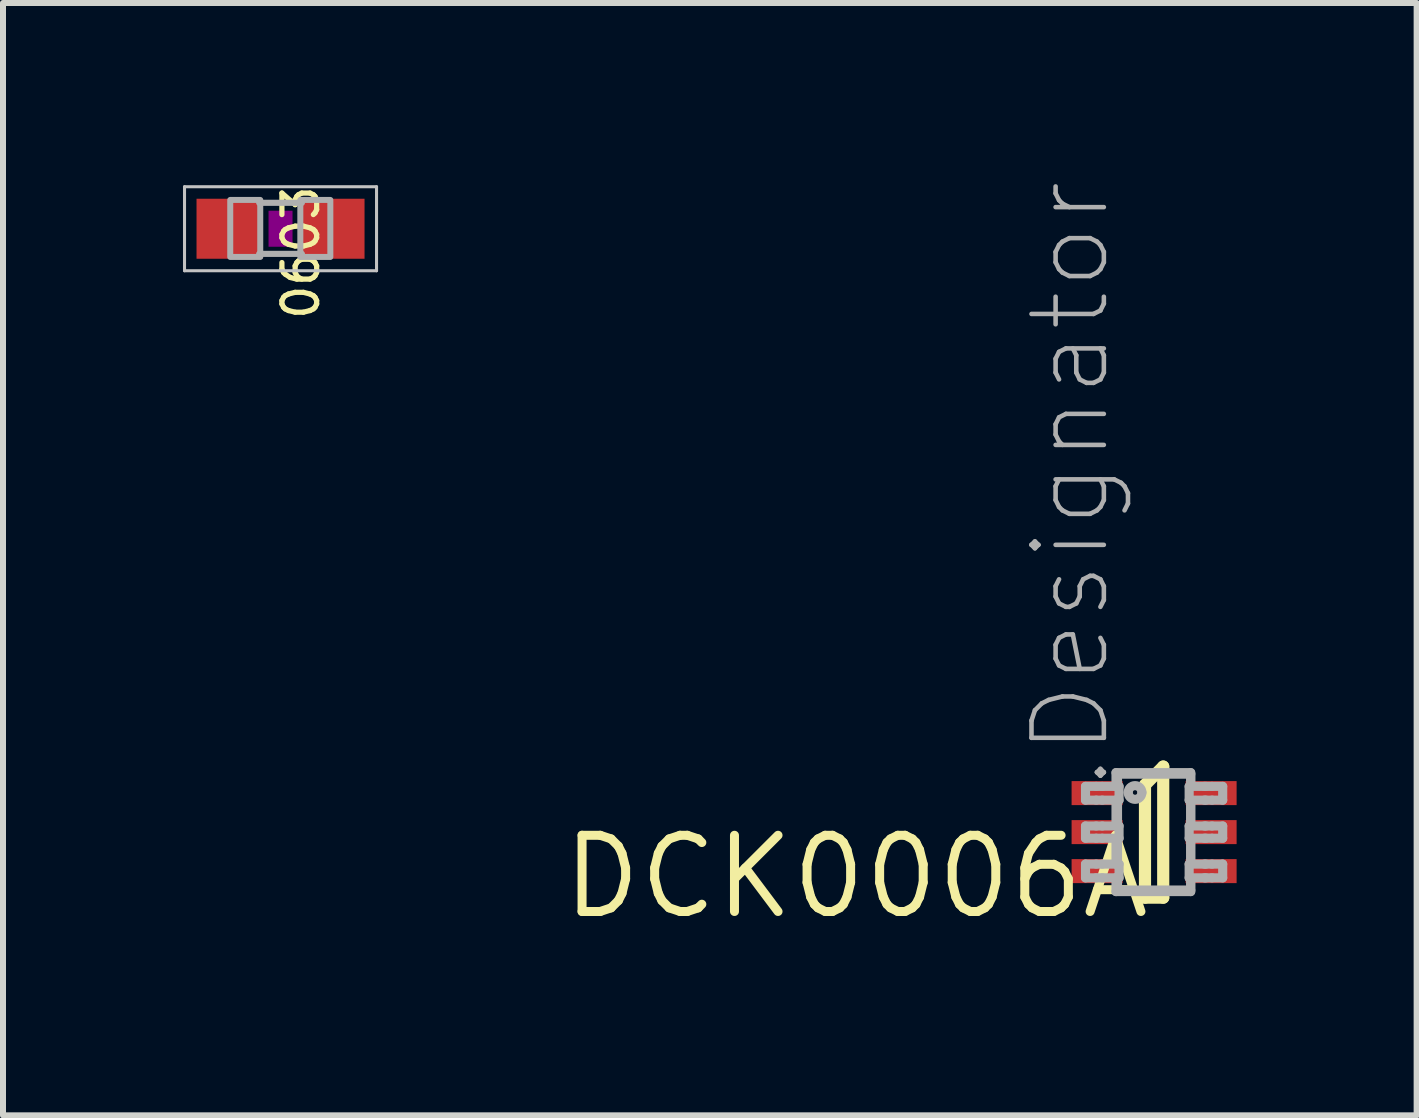
<source format=kicad_pcb>
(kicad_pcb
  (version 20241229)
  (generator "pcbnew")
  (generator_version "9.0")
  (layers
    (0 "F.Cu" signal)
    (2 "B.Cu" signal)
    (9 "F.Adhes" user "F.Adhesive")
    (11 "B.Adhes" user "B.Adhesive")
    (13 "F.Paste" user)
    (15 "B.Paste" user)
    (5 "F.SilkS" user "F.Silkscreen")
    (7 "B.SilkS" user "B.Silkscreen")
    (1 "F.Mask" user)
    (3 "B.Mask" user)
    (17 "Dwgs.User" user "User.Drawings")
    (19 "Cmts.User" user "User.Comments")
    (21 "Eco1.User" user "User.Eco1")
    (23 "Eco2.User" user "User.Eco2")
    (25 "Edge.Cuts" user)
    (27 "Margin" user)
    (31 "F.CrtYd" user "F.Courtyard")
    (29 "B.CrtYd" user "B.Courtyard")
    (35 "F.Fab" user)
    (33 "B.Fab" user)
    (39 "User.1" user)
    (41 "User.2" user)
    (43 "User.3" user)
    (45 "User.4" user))
  (footprint "0603"
    (layer "F.Cu")
    (at 1.625 0.762)
    (property "Reference" "0603" (at 0 -0.762 90) (layer "F.SilkS") (effects (font (size 0.579 0.579) (thickness 0.087)) (justify right top)))
    (attr through_hole)
    (fp_poly (pts (xy -0.2 0.3) (xy 0.2 0.3) (xy 0.2 -0.3) (xy -0.2 -0.3)) (stroke (width 0) (type solid)) (fill yes) (layer "F.Adhes"))
    (fp_line (start -1.6 -0.7) (end 1.6 -0.7) (stroke (width 0.051) (type solid)) (layer "Dwgs.User"))
    (fp_line (start -1.6 0.7) (end -1.6 -0.7) (stroke (width 0.051) (type solid)) (layer "Dwgs.User"))
    (fp_line (start 1.6 -0.7) (end 1.6 0.7) (stroke (width 0.051) (type solid)) (layer "Dwgs.User"))
    (fp_line (start 1.6 0.7) (end -1.6 0.7) (stroke (width 0.051) (type solid)) (layer "Dwgs.User"))
    (fp_line (start -0.356 -0.432) (end 0.356 -0.432) (stroke (width 0.102) (type solid)) (layer "F.Fab"))
    (fp_line (start -0.356 0.419) (end 0.356 0.419) (stroke (width 0.102) (type solid)) (layer "F.Fab"))
    (fp_poly (pts (xy -0.838 0.47) (xy -0.338 0.47) (xy -0.338 -0.48) (xy -0.838 -0.48)) (stroke (width 0.1) (type solid)) (fill no) (layer "F.Fab"))
    (fp_poly (pts (xy 0.33 0.47) (xy 0.83 0.47) (xy 0.83 -0.48) (xy 0.33 -0.48)) (stroke (width 0.1) (type solid)) (fill no) (layer "F.Fab"))
    (pad "1" smd rect (at -0.85 0) (size 1.1 1) (layers "F.Cu" "F.Mask" "F.Paste"))
    (pad "2" smd rect (at 0.85 0) (size 1.1 1) (layers "F.Cu" "F.Mask" "F.Paste")))
  (footprint "DCK0006A"
    (layer "F.Cu")
    (at 16.183 10.817)
    (property "Reference" "DCK0006A" (at 0 0 0) (layer "F.SilkS") (effects (font (size 1.27 1.27) (thickness 0.15)) (justify right top)))
    (attr through_hole)
    (fp_line (start -0.152 -0.787) (end 0.152 -1.092) (stroke (width 0.203) (type solid)) (layer "F.SilkS"))
    (fp_line (start -0.152 1.092) (end -0.152 -0.787) (stroke (width 0.203) (type solid)) (layer "F.SilkS"))
    (fp_line (start -0.152 1.092) (end 0.152 1.092) (stroke (width 0.203) (type solid)) (layer "F.SilkS"))
    (fp_line (start 0.152 1.092) (end 0.152 -1.092) (stroke (width 0.203) (type solid)) (layer "F.SilkS"))
    (fp_line (start -1.143 -0.762) (end -0.965 -0.762) (stroke (width 0.152) (type solid)) (layer "F.Fab"))
    (fp_line (start -1.143 -0.533) (end -1.143 -0.762) (stroke (width 0.152) (type solid)) (layer "F.Fab"))
    (fp_line (start -1.143 -0.533) (end -0.965 -0.533) (stroke (width 0.152) (type solid)) (layer "F.Fab"))
    (fp_line (start -1.143 -0.102) (end -0.965 -0.102) (stroke (width 0.152) (type solid)) (layer "F.Fab"))
    (fp_line (start -1.143 0.102) (end -1.143 -0.102) (stroke (width 0.152) (type solid)) (layer "F.Fab"))
    (fp_line (start -1.143 0.102) (end -0.965 0.102) (stroke (width 0.152) (type solid)) (layer "F.Fab"))
    (fp_line (start -1.143 0.533) (end -0.965 0.533) (stroke (width 0.152) (type solid)) (layer "F.Fab"))
    (fp_line (start -1.143 0.762) (end -1.143 0.533) (stroke (width 0.152) (type solid)) (layer "F.Fab"))
    (fp_line (start -1.143 0.762) (end -0.965 0.762) (stroke (width 0.152) (type solid)) (layer "F.Fab"))
    (fp_line (start -0.965 -0.762) (end -0.864 -0.762) (stroke (width 0.152) (type solid)) (layer "F.Fab"))
    (fp_line (start -0.965 -0.533) (end -0.864 -0.533) (stroke (width 0.152) (type solid)) (layer "F.Fab"))
    (fp_line (start -0.965 -0.102) (end -0.864 -0.102) (stroke (width 0.152) (type solid)) (layer "F.Fab"))
    (fp_line (start -0.965 0.102) (end -0.864 0.102) (stroke (width 0.152) (type solid)) (layer "F.Fab"))
    (fp_line (start -0.965 0.533) (end -0.864 0.533) (stroke (width 0.152) (type solid)) (layer "F.Fab"))
    (fp_line (start -0.965 0.762) (end -0.864 0.762) (stroke (width 0.152) (type solid)) (layer "F.Fab"))
    (fp_line (start -0.864 -0.762) (end -0.635 -0.762) (stroke (width 0.152) (type solid)) (layer "F.Fab"))
    (fp_line (start -0.864 -0.533) (end -0.635 -0.533) (stroke (width 0.152) (type solid)) (layer "F.Fab"))
    (fp_line (start -0.864 -0.102) (end -0.635 -0.102) (stroke (width 0.152) (type solid)) (layer "F.Fab"))
    (fp_line (start -0.864 0.102) (end -0.635 0.102) (stroke (width 0.152) (type solid)) (layer "F.Fab"))
    (fp_line (start -0.864 0.533) (end -0.635 0.533) (stroke (width 0.152) (type solid)) (layer "F.Fab"))
    (fp_line (start -0.864 0.762) (end -0.635 0.762) (stroke (width 0.152) (type solid)) (layer "F.Fab"))
    (fp_line (start -0.635 -0.991) (end 0.61 -0.991) (stroke (width 0.152) (type solid)) (layer "F.Fab"))
    (fp_line (start -0.635 -0.762) (end -0.635 -0.991) (stroke (width 0.152) (type solid)) (layer "F.Fab"))
    (fp_line (start -0.635 -0.762) (end -0.584 -0.762) (stroke (width 0.152) (type solid)) (layer "F.Fab"))
    (fp_line (start -0.635 -0.533) (end -0.584 -0.533) (stroke (width 0.152) (type solid)) (layer "F.Fab"))
    (fp_line (start -0.635 -0.102) (end -0.635 -0.533) (stroke (width 0.152) (type solid)) (layer "F.Fab"))
    (fp_line (start -0.635 -0.102) (end -0.584 -0.102) (stroke (width 0.152) (type solid)) (layer "F.Fab"))
    (fp_line (start -0.635 0.102) (end -0.584 0.102) (stroke (width 0.152) (type solid)) (layer "F.Fab"))
    (fp_line (start -0.635 0.533) (end -0.635 0.102) (stroke (width 0.152) (type solid)) (layer "F.Fab"))
    (fp_line (start -0.635 0.533) (end -0.584 0.533) (stroke (width 0.152) (type solid)) (layer "F.Fab"))
    (fp_line (start -0.635 0.762) (end -0.584 0.762) (stroke (width 0.152) (type solid)) (layer "F.Fab"))
    (fp_line (start -0.635 0.991) (end -0.635 0.762) (stroke (width 0.152) (type solid)) (layer "F.Fab"))
    (fp_line (start -0.635 0.991) (end 0.61 0.991) (stroke (width 0.152) (type solid)) (layer "F.Fab"))
    (fp_line (start -0.61 -0.965) (end 0.61 -0.965) (stroke (width 0.152) (type solid)) (layer "F.Fab"))
    (fp_line (start -0.61 -0.762) (end -0.61 -0.965) (stroke (width 0.152) (type solid)) (layer "F.Fab"))
    (fp_line (start -0.61 -0.102) (end -0.61 -0.533) (stroke (width 0.152) (type solid)) (layer "F.Fab"))
    (fp_line (start -0.61 0.533) (end -0.61 0.102) (stroke (width 0.152) (type solid)) (layer "F.Fab"))
    (fp_line (start -0.61 0.965) (end -0.61 0.762) (stroke (width 0.152) (type solid)) (layer "F.Fab"))
    (fp_line (start -0.61 0.965) (end 0.61 0.965) (stroke (width 0.152) (type solid)) (layer "F.Fab"))
    (fp_line (start -0.584 -0.533) (end -0.584 -0.762) (stroke (width 0.152) (type solid)) (layer "F.Fab"))
    (fp_line (start -0.584 0.102) (end -0.584 -0.102) (stroke (width 0.152) (type solid)) (layer "F.Fab"))
    (fp_line (start -0.584 0.762) (end -0.584 0.533) (stroke (width 0.152) (type solid)) (layer "F.Fab"))
    (fp_line (start 0.584 -0.762) (end 0.61 -0.762) (stroke (width 0.152) (type solid)) (layer "F.Fab"))
    (fp_line (start 0.584 -0.533) (end 0.584 -0.762) (stroke (width 0.152) (type solid)) (layer "F.Fab"))
    (fp_line (start 0.584 -0.533) (end 0.61 -0.533) (stroke (width 0.152) (type solid)) (layer "F.Fab"))
    (fp_line (start 0.584 -0.102) (end 0.61 -0.102) (stroke (width 0.152) (type solid)) (layer "F.Fab"))
    (fp_line (start 0.584 0.102) (end 0.584 -0.102) (stroke (width 0.152) (type solid)) (layer "F.Fab"))
    (fp_line (start 0.584 0.102) (end 0.61 0.102) (stroke (width 0.152) (type solid)) (layer "F.Fab"))
    (fp_line (start 0.584 0.533) (end 0.61 0.533) (stroke (width 0.152) (type solid)) (layer "F.Fab"))
    (fp_line (start 0.584 0.762) (end 0.584 0.533) (stroke (width 0.152) (type solid)) (layer "F.Fab"))
    (fp_line (start 0.584 0.762) (end 0.61 0.762) (stroke (width 0.152) (type solid)) (layer "F.Fab"))
    (fp_line (start 0.61 -0.762) (end 0.61 -0.991) (stroke (width 0.152) (type solid)) (layer "F.Fab"))
    (fp_line (start 0.61 -0.762) (end 0.61 -0.965) (stroke (width 0.152) (type solid)) (layer "F.Fab"))
    (fp_line (start 0.61 -0.762) (end 0.838 -0.762) (stroke (width 0.152) (type solid)) (layer "F.Fab"))
    (fp_line (start 0.61 -0.533) (end 0.838 -0.533) (stroke (width 0.152) (type solid)) (layer "F.Fab"))
    (fp_line (start 0.61 -0.102) (end 0.61 -0.533) (stroke (width 0.152) (type solid)) (layer "F.Fab"))
    (fp_line (start 0.61 -0.102) (end 0.61 -0.533) (stroke (width 0.152) (type solid)) (layer "F.Fab"))
    (fp_line (start 0.61 -0.102) (end 0.838 -0.102) (stroke (width 0.152) (type solid)) (layer "F.Fab"))
    (fp_line (start 0.61 0.102) (end 0.838 0.102) (stroke (width 0.152) (type solid)) (layer "F.Fab"))
    (fp_line (start 0.61 0.533) (end 0.61 0.102) (stroke (width 0.152) (type solid)) (layer "F.Fab"))
    (fp_line (start 0.61 0.533) (end 0.61 0.102) (stroke (width 0.152) (type solid)) (layer "F.Fab"))
    (fp_line (start 0.61 0.533) (end 0.838 0.533) (stroke (width 0.152) (type solid)) (layer "F.Fab"))
    (fp_line (start 0.61 0.762) (end 0.838 0.762) (stroke (width 0.152) (type solid)) (layer "F.Fab"))
    (fp_line (start 0.61 0.965) (end 0.61 0.762) (stroke (width 0.152) (type solid)) (layer "F.Fab"))
    (fp_line (start 0.61 0.991) (end 0.61 0.762) (stroke (width 0.152) (type solid)) (layer "F.Fab"))
    (fp_line (start 0.838 -0.762) (end 0.864 -0.762) (stroke (width 0.152) (type solid)) (layer "F.Fab"))
    (fp_line (start 0.838 -0.533) (end 0.864 -0.533) (stroke (width 0.152) (type solid)) (layer "F.Fab"))
    (fp_line (start 0.838 -0.102) (end 0.864 -0.102) (stroke (width 0.152) (type solid)) (layer "F.Fab"))
    (fp_line (start 0.838 0.102) (end 0.864 0.102) (stroke (width 0.152) (type solid)) (layer "F.Fab"))
    (fp_line (start 0.838 0.533) (end 0.864 0.533) (stroke (width 0.152) (type solid)) (layer "F.Fab"))
    (fp_line (start 0.838 0.762) (end 0.864 0.762) (stroke (width 0.152) (type solid)) (layer "F.Fab"))
    (fp_line (start 0.864 -0.762) (end 0.965 -0.762) (stroke (width 0.152) (type solid)) (layer "F.Fab"))
    (fp_line (start 0.864 -0.533) (end 0.965 -0.533) (stroke (width 0.152) (type solid)) (layer "F.Fab"))
    (fp_line (start 0.864 -0.102) (end 0.965 -0.102) (stroke (width 0.152) (type solid)) (layer "F.Fab"))
    (fp_line (start 0.864 0.102) (end 0.965 0.102) (stroke (width 0.152) (type solid)) (layer "F.Fab"))
    (fp_line (start 0.864 0.533) (end 0.965 0.533) (stroke (width 0.152) (type solid)) (layer "F.Fab"))
    (fp_line (start 0.864 0.762) (end 0.965 0.762) (stroke (width 0.152) (type solid)) (layer "F.Fab"))
    (fp_line (start 0.965 -0.762) (end 1.143 -0.762) (stroke (width 0.152) (type solid)) (layer "F.Fab"))
    (fp_line (start 0.965 -0.533) (end 1.143 -0.533) (stroke (width 0.152) (type solid)) (layer "F.Fab"))
    (fp_line (start 0.965 -0.102) (end 1.143 -0.102) (stroke (width 0.152) (type solid)) (layer "F.Fab"))
    (fp_line (start 0.965 0.102) (end 1.143 0.102) (stroke (width 0.152) (type solid)) (layer "F.Fab"))
    (fp_line (start 0.965 0.533) (end 1.143 0.533) (stroke (width 0.152) (type solid)) (layer "F.Fab"))
    (fp_line (start 0.965 0.762) (end 1.143 0.762) (stroke (width 0.152) (type solid)) (layer "F.Fab"))
    (fp_line (start 1.143 -0.533) (end 1.143 -0.762) (stroke (width 0.152) (type solid)) (layer "F.Fab"))
    (fp_line (start 1.143 0.102) (end 1.143 -0.102) (stroke (width 0.152) (type solid)) (layer "F.Fab"))
    (fp_line (start 1.143 0.762) (end 1.143 0.533) (stroke (width 0.152) (type solid)) (layer "F.Fab"))
    (fp_arc (start -0.4318 -0.6604) (mid -0.3175 -0.7747) (end -0.2032 -0.6604) (stroke (width 0.1524) (type solid)) (layer "F.Fab"))
    (fp_arc (start -0.2032 -0.6604) (mid -0.3175 -0.5461) (end -0.4318 -0.6604) (stroke (width 0.1524) (type solid)) (layer "F.Fab"))
    (fp_text user ".Designator" (at -0.686 -0.66 270) (layer "F.Fab") (effects (font (size 1.206 1.206) (thickness 0.076)) (justify left bottom)))
    (pad "1" smd rect (at -0.95 -0.65 90) (size 0.4 0.85) (layers "F.Cu" "F.Mask" "F.Paste"))
    (pad "2" smd rect (at -0.95 0 90) (size 0.4 0.85) (layers "F.Cu" "F.Mask" "F.Paste"))
    (pad "3" smd rect (at -0.95 0.65 90) (size 0.4 0.85) (layers "F.Cu" "F.Mask" "F.Paste"))
    (pad "4" smd rect (at 0.95 0.65 90) (size 0.4 0.85) (layers "F.Cu" "F.Mask" "F.Paste"))
    (pad "5" smd rect (at 0.95 0 90) (size 0.4 0.85) (layers "F.Cu" "F.Mask" "F.Paste"))
    (pad "6" smd rect (at 0.95 -0.65 90) (size 0.4 0.85) (layers "F.Cu" "F.Mask" "F.Paste")))
  (gr_rect
    (start -3 -3)
    (end 20.558 15.537)
    (stroke (width 0.1) (type default))
    (fill no)
    (layer "Edge.Cuts")))
</source>
